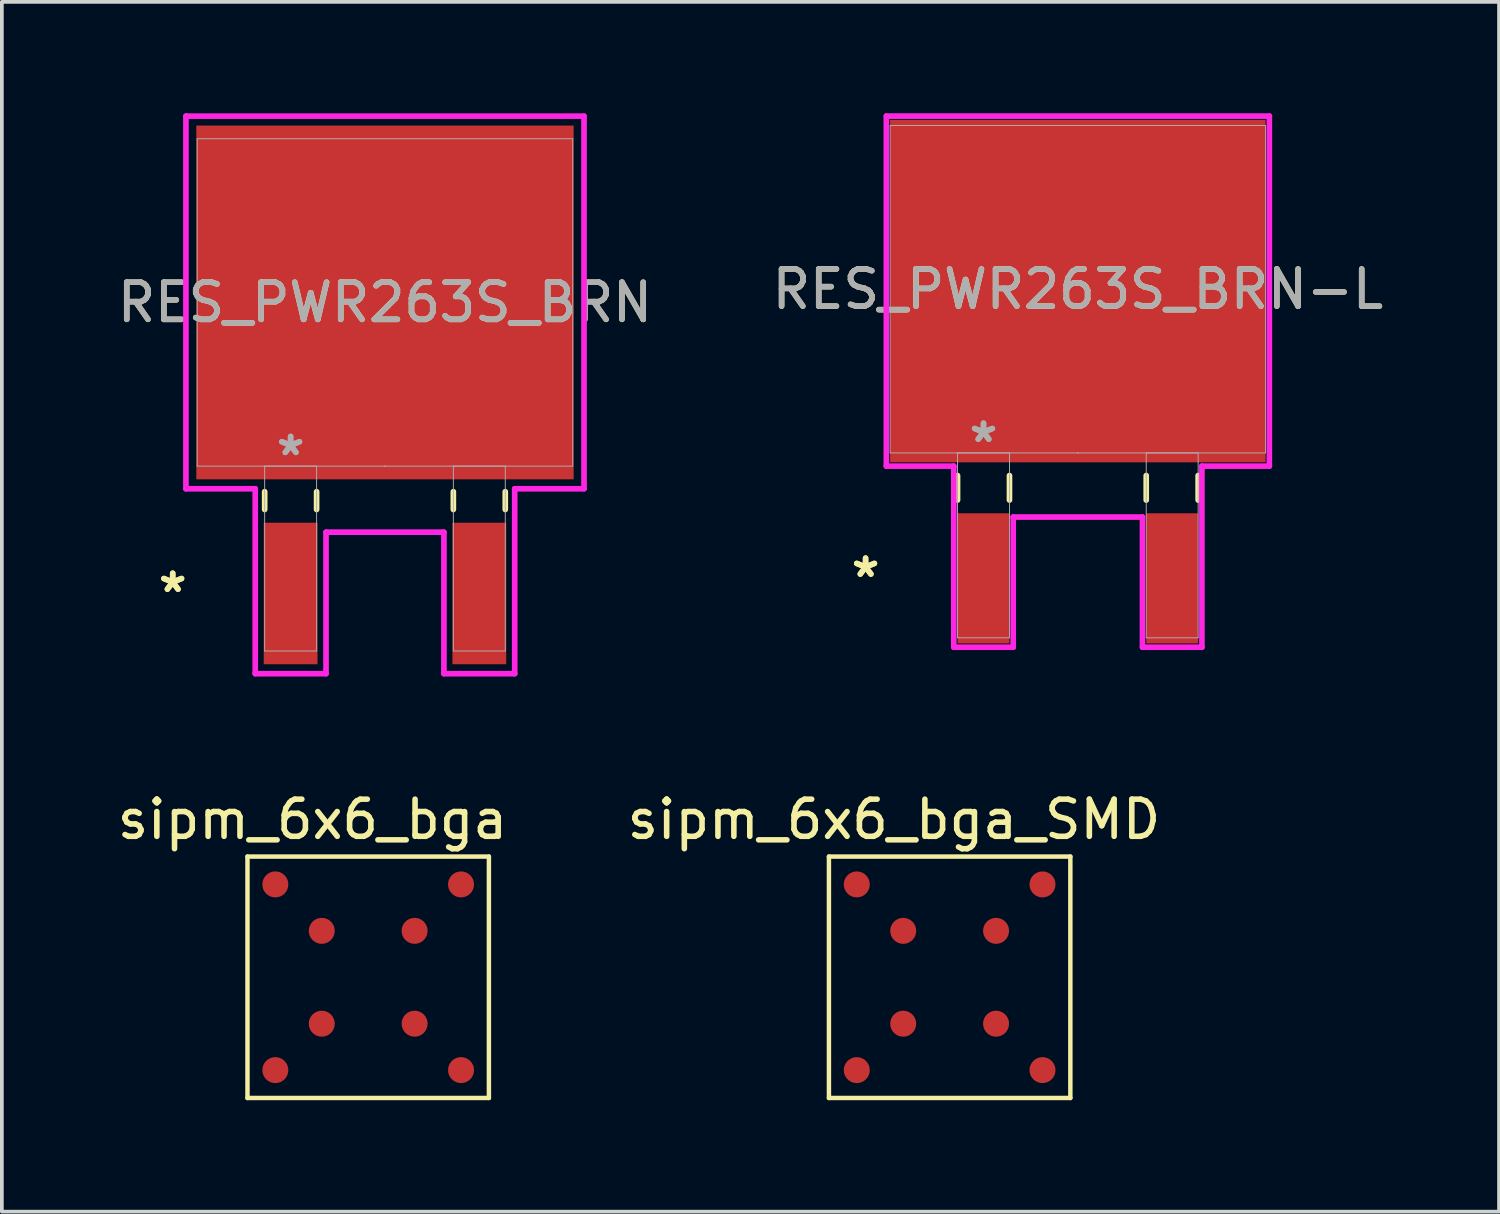
<source format=kicad_pcb>
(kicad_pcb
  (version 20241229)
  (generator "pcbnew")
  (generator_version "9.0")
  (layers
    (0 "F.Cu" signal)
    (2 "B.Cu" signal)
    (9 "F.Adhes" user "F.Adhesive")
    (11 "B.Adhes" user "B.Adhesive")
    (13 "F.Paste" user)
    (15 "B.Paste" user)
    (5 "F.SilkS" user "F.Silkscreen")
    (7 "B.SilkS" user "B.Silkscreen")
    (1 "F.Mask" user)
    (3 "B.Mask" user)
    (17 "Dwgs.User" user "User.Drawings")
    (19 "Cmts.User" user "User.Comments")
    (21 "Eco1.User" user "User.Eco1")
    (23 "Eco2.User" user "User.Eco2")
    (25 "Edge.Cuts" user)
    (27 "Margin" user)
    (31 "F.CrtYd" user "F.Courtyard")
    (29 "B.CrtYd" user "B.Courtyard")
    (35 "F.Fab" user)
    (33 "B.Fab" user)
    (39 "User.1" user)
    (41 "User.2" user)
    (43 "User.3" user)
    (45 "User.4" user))
  (footprint "RES_PWR263S_BRN"
    (layer "F.Cu")
    (at 7.315 5.093)
    (property "Reference" "RES_PWR263S_BRN" (at 0 0 0) (unlocked yes) (layer "F.SilkS") (effects (font (size 1 1) (thickness 0.15))))
    (attr smd)
    (fp_line (start -3.239 5.095) (end -3.239 5.575) (stroke (width 0.152) (type solid)) (layer "F.SilkS"))
    (fp_line (start -1.841 5.095) (end -1.841 5.575) (stroke (width 0.152) (type solid)) (layer "F.SilkS"))
    (fp_line (start 1.841 5.095) (end 1.841 5.575) (stroke (width 0.152) (type solid)) (layer "F.SilkS"))
    (fp_line (start 3.239 5.095) (end 3.239 5.575) (stroke (width 0.152) (type solid)) (layer "F.SilkS"))
    (fp_line (start -5.359 -5.016) (end 5.359 -5.016) (stroke (width 0.152) (type solid)) (layer "F.CrtYd"))
    (fp_line (start -5.359 5.016) (end -5.359 -5.016) (stroke (width 0.152) (type solid)) (layer "F.CrtYd"))
    (fp_line (start -3.493 5.016) (end -5.359 5.016) (stroke (width 0.152) (type solid)) (layer "F.CrtYd"))
    (fp_line (start -3.493 9.995) (end -3.493 5.016) (stroke (width 0.152) (type solid)) (layer "F.CrtYd"))
    (fp_line (start -1.587 6.185) (end -1.587 9.995) (stroke (width 0.152) (type solid)) (layer "F.CrtYd"))
    (fp_line (start -1.587 9.995) (end -3.493 9.995) (stroke (width 0.152) (type solid)) (layer "F.CrtYd"))
    (fp_line (start 1.587 6.185) (end -1.587 6.185) (stroke (width 0.152) (type solid)) (layer "F.CrtYd"))
    (fp_line (start 1.587 9.995) (end 1.587 6.185) (stroke (width 0.152) (type solid)) (layer "F.CrtYd"))
    (fp_line (start 3.493 5.016) (end 3.493 9.995) (stroke (width 0.152) (type solid)) (layer "F.CrtYd"))
    (fp_line (start 3.493 9.995) (end 1.587 9.995) (stroke (width 0.152) (type solid)) (layer "F.CrtYd"))
    (fp_line (start 5.359 -5.016) (end 5.359 5.016) (stroke (width 0.152) (type solid)) (layer "F.CrtYd"))
    (fp_line (start 5.359 5.016) (end 3.493 5.016) (stroke (width 0.152) (type solid)) (layer "F.CrtYd"))
    (fp_line (start -5.055 -4.407) (end -5.055 4.407) (stroke (width 0.025) (type solid)) (layer "F.Fab"))
    (fp_line (start -5.055 4.407) (end 5.055 4.407) (stroke (width 0.025) (type solid)) (layer "F.Fab"))
    (fp_line (start -3.239 4.407) (end -3.239 9.385) (stroke (width 0.025) (type solid)) (layer "F.Fab"))
    (fp_line (start -3.239 9.385) (end -1.841 9.385) (stroke (width 0.025) (type solid)) (layer "F.Fab"))
    (fp_line (start -1.841 4.407) (end -3.239 4.407) (stroke (width 0.025) (type solid)) (layer "F.Fab"))
    (fp_line (start -1.841 9.385) (end -1.841 4.407) (stroke (width 0.025) (type solid)) (layer "F.Fab"))
    (fp_line (start 0 4.407) (end 0 4.407) (stroke (width 0.025) (type solid)) (layer "F.Fab"))
    (fp_line (start 0 4.407) (end 0 4.407) (stroke (width 0.025) (type solid)) (layer "F.Fab"))
    (fp_line (start 0 4.407) (end 0 4.407) (stroke (width 0.025) (type solid)) (layer "F.Fab"))
    (fp_line (start 1.841 4.407) (end 1.841 9.385) (stroke (width 0.025) (type solid)) (layer "F.Fab"))
    (fp_line (start 1.841 9.385) (end 3.239 9.385) (stroke (width 0.025) (type solid)) (layer "F.Fab"))
    (fp_line (start 3.239 4.407) (end 1.841 4.407) (stroke (width 0.025) (type solid)) (layer "F.Fab"))
    (fp_line (start 3.239 9.385) (end 3.239 4.407) (stroke (width 0.025) (type solid)) (layer "F.Fab"))
    (fp_line (start 5.055 -4.407) (end -5.055 -4.407) (stroke (width 0.025) (type solid)) (layer "F.Fab"))
    (fp_line (start 5.055 4.407) (end 5.055 -4.407) (stroke (width 0.025) (type solid)) (layer "F.Fab"))
    (fp_text user "*" (at -5.715 7.836 0) (layer "F.SilkS") (effects (font (size 1 1) (thickness 0.15))))
    (fp_text user "*" (at -5.715 7.836 0) (unlocked yes) (layer "F.SilkS") (effects (font (size 1 1) (thickness 0.15))))
    (fp_text user "*" (at -2.54 4.153 0) (unlocked yes) (layer "F.Fab") (effects (font (size 1 1) (thickness 0.15))))
    (fp_text user "*" (at -2.54 4.153 0) (layer "F.Fab") (effects (font (size 1 1) (thickness 0.15))))
    (fp_text user "${REFERENCE}" (at 0 0 0) (unlocked yes) (layer "F.Fab") (effects (font (size 1 1) (thickness 0.15))))
    (pad "1" smd rect (at -2.54 7.836) (size 1.448 3.81) (layers "F.Cu" "F.Mask" "F.Paste"))
    (pad "2" smd rect (at 0 0) (size 10.16 9.525) (layers "F.Cu" "F.Mask" "F.Paste"))
    (pad "3" smd rect (at 2.54 7.836) (size 1.448 3.81) (layers "F.Cu" "F.Mask" "F.Paste")))
  (footprint "sipm_6x6_bga_SMD"
    (layer "F.Cu")
    (at 25.018 25.762)
    (property "Reference" "sipm_6x6_bga_SMD" (at -4 -6.75 0) (layer "F.SilkS") (effects (font (size 1 1) (thickness 0.15))))
    (attr smd)
    (fp_line (start -5.75 -5.75) (end -5.75 0.75) (stroke (width 0.12) (type solid)) (layer "F.SilkS"))
    (fp_line (start -5.75 0.75) (end 0.75 0.75) (stroke (width 0.12) (type solid)) (layer "F.SilkS"))
    (fp_line (start 0.75 -5.75) (end -5.75 -5.75) (stroke (width 0.12) (type solid)) (layer "F.SilkS"))
    (fp_line (start 0.75 0.75) (end 0.75 -5.75) (stroke (width 0.12) (type solid)) (layer "F.SilkS"))
    (pad "A1" smd circle (at 0 0) (size 0.7 0.7) (layers "F.Cu" "F.Mask" "F.Paste"))
    (pad "A4" smd circle (at 0 -5) (size 0.7 0.7) (layers "F.Cu" "F.Mask" "F.Paste"))
    (pad "B2" smd circle (at -1.25 -1.25) (size 0.7 0.7) (layers "F.Cu" "F.Mask" "F.Paste"))
    (pad "B3" smd circle (at -1.25 -3.75) (size 0.7 0.7) (layers "F.Cu" "F.Mask" "F.Paste"))
    (pad "C2" smd circle (at -3.75 -1.25) (size 0.7 0.7) (layers "F.Cu" "F.Mask" "F.Paste"))
    (pad "C3" smd circle (at -3.75 -3.75) (size 0.7 0.7) (layers "F.Cu" "F.Mask" "F.Paste"))
    (pad "D1" smd circle (at -5 0) (size 0.7 0.7) (layers "F.Cu" "F.Mask" "F.Paste"))
    (pad "D4" smd circle (at -5 -5) (size 0.7 0.7) (layers "F.Cu" "F.Mask" "F.Paste")))
  (footprint "sipm_6x6_bga"
    (layer "F.Cu")
    (at 9.363 25.762)
    (property "Reference" "sipm_6x6_bga" (at -4 -6.75 0) (layer "F.SilkS") (effects (font (size 1 1) (thickness 0.15))))
    (attr smd)
    (fp_line (start -5.75 -5.75) (end -5.75 0.75) (stroke (width 0.12) (type solid)) (layer "F.SilkS"))
    (fp_line (start -5.75 0.75) (end 0.75 0.75) (stroke (width 0.12) (type solid)) (layer "F.SilkS"))
    (fp_line (start 0.75 -5.75) (end -5.75 -5.75) (stroke (width 0.12) (type solid)) (layer "F.SilkS"))
    (fp_line (start 0.75 0.75) (end 0.75 -5.75) (stroke (width 0.12) (type solid)) (layer "F.SilkS"))
    (pad "A1" smd circle (at 0 0) (size 0.7 0.7) (layers "F.Cu" "F.Mask" "F.Paste"))
    (pad "A4" smd circle (at 0 -5) (size 0.7 0.7) (layers "F.Cu" "F.Mask" "F.Paste"))
    (pad "B2" smd circle (at -1.25 -1.25) (size 0.7 0.7) (layers "F.Cu" "F.Mask" "F.Paste"))
    (pad "B3" smd circle (at -1.25 -3.75) (size 0.7 0.7) (layers "F.Cu" "F.Mask" "F.Paste"))
    (pad "C2" smd circle (at -3.75 -1.25) (size 0.7 0.7) (layers "F.Cu" "F.Mask" "F.Paste"))
    (pad "C3" smd circle (at -3.75 -3.75) (size 0.7 0.7) (layers "F.Cu" "F.Mask" "F.Paste"))
    (pad "D1" smd circle (at -5 0) (size 0.7 0.7) (layers "F.Cu" "F.Mask" "F.Paste"))
    (pad "D4" smd circle (at -5 -5) (size 0.7 0.7) (layers "F.Cu" "F.Mask" "F.Paste")))
  (footprint "RES_PWR263S_BRN-L"
    (layer "F.Cu")
    (at 25.97 4.737)
    (property "Reference" "RES_PWR263S_BRN-L" (at 0 0 0) (unlocked yes) (layer "F.SilkS") (effects (font (size 1 1) (thickness 0.15))))
    (attr smd)
    (fp_line (start -3.239 5.016) (end -3.239 5.677) (stroke (width 0.152) (type solid)) (layer "F.SilkS"))
    (fp_line (start -1.841 5.016) (end -1.841 5.677) (stroke (width 0.152) (type solid)) (layer "F.SilkS"))
    (fp_line (start 1.841 5.016) (end 1.841 5.677) (stroke (width 0.152) (type solid)) (layer "F.SilkS"))
    (fp_line (start 3.239 5.016) (end 3.239 5.677) (stroke (width 0.152) (type solid)) (layer "F.SilkS"))
    (fp_line (start -5.156 -4.661) (end 5.156 -4.661) (stroke (width 0.152) (type solid)) (layer "F.CrtYd"))
    (fp_line (start -5.156 4.763) (end -5.156 -4.661) (stroke (width 0.152) (type solid)) (layer "F.CrtYd"))
    (fp_line (start -3.34 4.763) (end -5.156 4.763) (stroke (width 0.152) (type solid)) (layer "F.CrtYd"))
    (fp_line (start -3.34 9.639) (end -3.34 4.763) (stroke (width 0.152) (type solid)) (layer "F.CrtYd"))
    (fp_line (start -1.74 6.134) (end -1.74 9.639) (stroke (width 0.152) (type solid)) (layer "F.CrtYd"))
    (fp_line (start -1.74 9.639) (end -3.34 9.639) (stroke (width 0.152) (type solid)) (layer "F.CrtYd"))
    (fp_line (start 1.74 6.134) (end -1.74 6.134) (stroke (width 0.152) (type solid)) (layer "F.CrtYd"))
    (fp_line (start 1.74 9.639) (end 1.74 6.134) (stroke (width 0.152) (type solid)) (layer "F.CrtYd"))
    (fp_line (start 3.34 4.763) (end 3.34 9.639) (stroke (width 0.152) (type solid)) (layer "F.CrtYd"))
    (fp_line (start 3.34 9.639) (end 1.74 9.639) (stroke (width 0.152) (type solid)) (layer "F.CrtYd"))
    (fp_line (start 5.156 -4.661) (end 5.156 4.763) (stroke (width 0.152) (type solid)) (layer "F.CrtYd"))
    (fp_line (start 5.156 4.763) (end 3.34 4.763) (stroke (width 0.152) (type solid)) (layer "F.CrtYd"))
    (fp_line (start -5.055 -4.407) (end -5.055 4.407) (stroke (width 0.025) (type solid)) (layer "F.Fab"))
    (fp_line (start -5.055 4.407) (end 5.055 4.407) (stroke (width 0.025) (type solid)) (layer "F.Fab"))
    (fp_line (start -3.239 4.407) (end -3.239 9.385) (stroke (width 0.025) (type solid)) (layer "F.Fab"))
    (fp_line (start -3.239 9.385) (end -1.841 9.385) (stroke (width 0.025) (type solid)) (layer "F.Fab"))
    (fp_line (start -1.841 4.407) (end -3.239 4.407) (stroke (width 0.025) (type solid)) (layer "F.Fab"))
    (fp_line (start -1.841 9.385) (end -1.841 4.407) (stroke (width 0.025) (type solid)) (layer "F.Fab"))
    (fp_line (start 0 4.407) (end 0 4.407) (stroke (width 0.025) (type solid)) (layer "F.Fab"))
    (fp_line (start 0 4.407) (end 0 4.407) (stroke (width 0.025) (type solid)) (layer "F.Fab"))
    (fp_line (start 0 4.407) (end 0 4.407) (stroke (width 0.025) (type solid)) (layer "F.Fab"))
    (fp_line (start 1.841 4.407) (end 1.841 9.385) (stroke (width 0.025) (type solid)) (layer "F.Fab"))
    (fp_line (start 1.841 9.385) (end 3.239 9.385) (stroke (width 0.025) (type solid)) (layer "F.Fab"))
    (fp_line (start 3.239 4.407) (end 1.841 4.407) (stroke (width 0.025) (type solid)) (layer "F.Fab"))
    (fp_line (start 3.239 9.385) (end 3.239 4.407) (stroke (width 0.025) (type solid)) (layer "F.Fab"))
    (fp_line (start 5.055 -4.407) (end -5.055 -4.407) (stroke (width 0.025) (type solid)) (layer "F.Fab"))
    (fp_line (start 5.055 4.407) (end 5.055 -4.407) (stroke (width 0.025) (type solid)) (layer "F.Fab"))
    (fp_text user "*" (at -5.715 7.785 0) (unlocked yes) (layer "F.SilkS") (effects (font (size 1 1) (thickness 0.15))))
    (fp_text user "*" (at -5.715 7.785 0) (layer "F.SilkS") (effects (font (size 1 1) (thickness 0.15))))
    (fp_text user "${REFERENCE}" (at 0 0 0) (unlocked yes) (layer "F.Fab") (effects (font (size 1 1) (thickness 0.15))))
    (fp_text user "*" (at -2.54 4.153 0) (unlocked yes) (layer "F.Fab") (effects (font (size 1 1) (thickness 0.15))))
    (fp_text user "*" (at -2.54 4.153 0) (layer "F.Fab") (effects (font (size 1 1) (thickness 0.15))))
    (pad "1" smd rect (at -2.54 7.785) (size 1.397 3.505) (layers "F.Cu" "F.Mask" "F.Paste"))
    (pad "2" smd rect (at 0 0.051) (size 10.109 9.22) (layers "F.Cu" "F.Mask" "F.Paste"))
    (pad "3" smd rect (at 2.54 7.785) (size 1.397 3.505) (layers "F.Cu" "F.Mask" "F.Paste")))
  (gr_rect
    (start -3 -3)
    (end 37.31 29.572)
    (stroke (width 0.1) (type default))
    (fill no)
    (layer "Edge.Cuts")))
</source>
